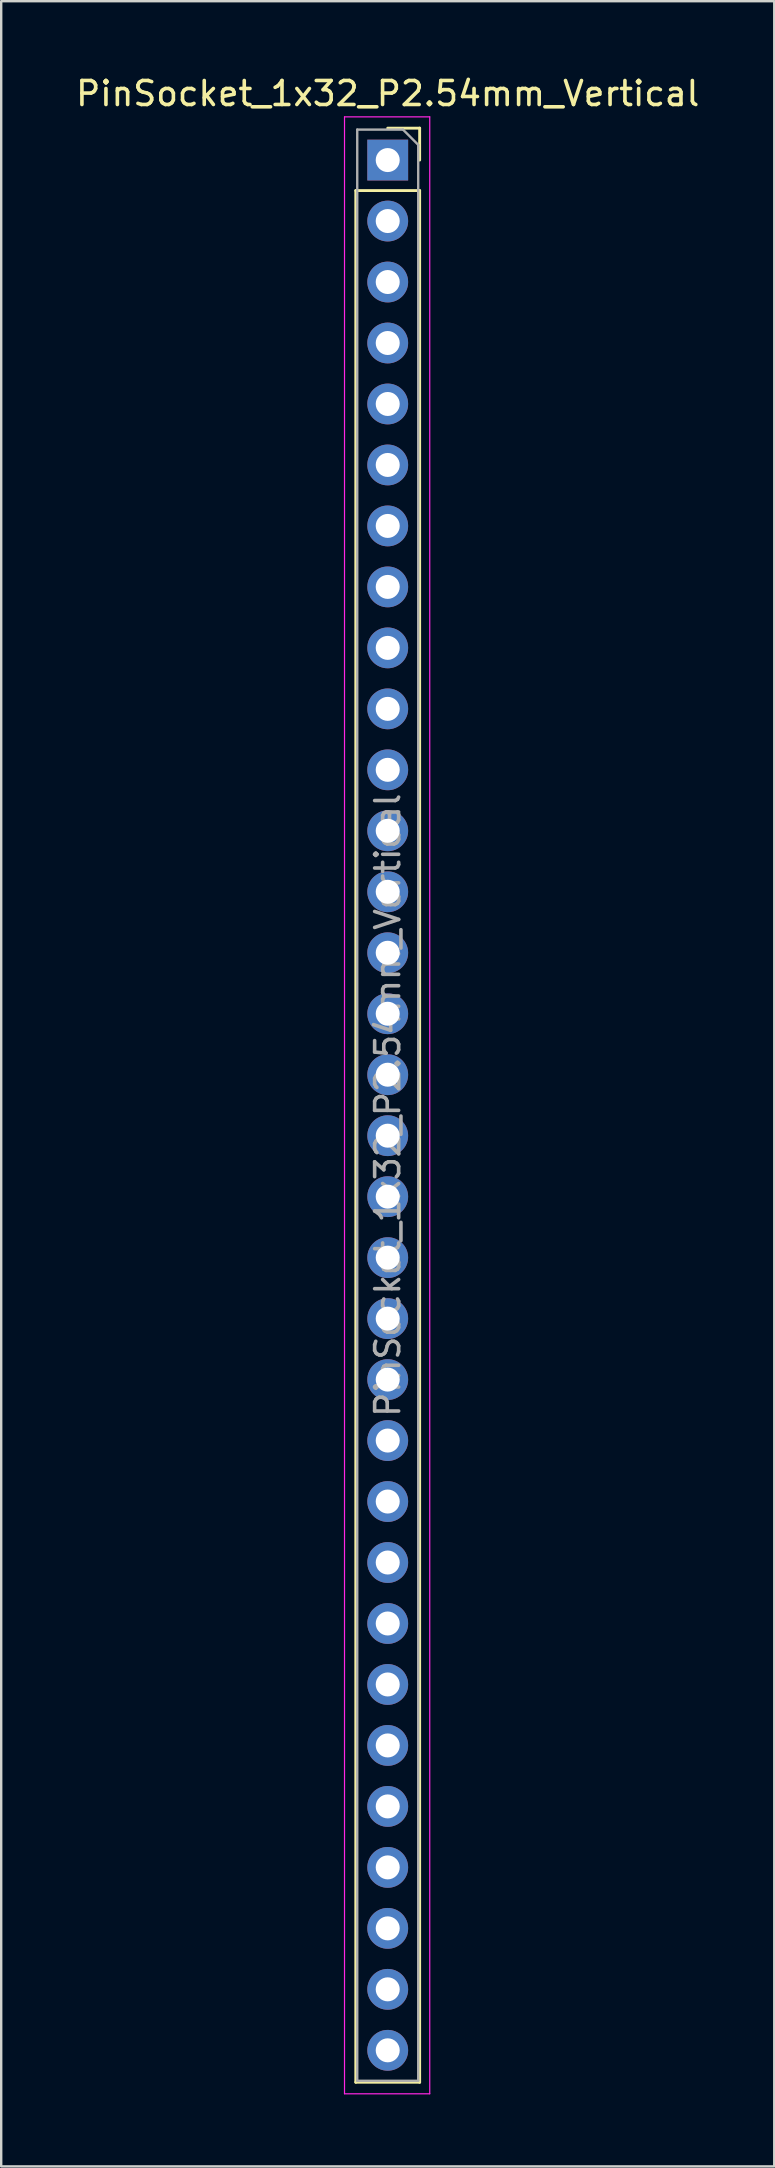
<source format=kicad_pcb>
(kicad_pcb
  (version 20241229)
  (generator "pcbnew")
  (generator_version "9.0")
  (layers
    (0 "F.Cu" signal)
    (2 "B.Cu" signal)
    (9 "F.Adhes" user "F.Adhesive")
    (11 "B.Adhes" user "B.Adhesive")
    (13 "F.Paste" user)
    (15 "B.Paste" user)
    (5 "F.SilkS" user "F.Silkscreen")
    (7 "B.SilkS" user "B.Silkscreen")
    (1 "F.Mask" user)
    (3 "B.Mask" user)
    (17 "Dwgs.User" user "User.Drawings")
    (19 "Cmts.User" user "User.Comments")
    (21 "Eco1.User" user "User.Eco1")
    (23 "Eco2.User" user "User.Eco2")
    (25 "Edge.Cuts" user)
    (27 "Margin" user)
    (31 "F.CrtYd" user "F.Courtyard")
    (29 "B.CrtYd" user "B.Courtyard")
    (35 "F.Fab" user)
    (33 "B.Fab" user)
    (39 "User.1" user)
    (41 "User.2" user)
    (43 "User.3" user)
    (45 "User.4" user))
  (footprint "PinSocket_1x32_P2.54mm_Vertical"
    (layer "F.Cu")
    (at 13.101 3.618)
    (property "Reference" "PinSocket_1x32_P2.54mm_Vertical" (at 0 -2.77 0) (layer "F.SilkS") (effects (font (size 1 1) (thickness 0.15))))
    (attr through_hole)
    (fp_line (start -1.33 1.27) (end -1.33 80.07) (stroke (width 0.12) (type solid)) (layer "F.SilkS"))
    (fp_line (start -1.33 1.27) (end 1.33 1.27) (stroke (width 0.12) (type solid)) (layer "F.SilkS"))
    (fp_line (start -1.33 80.07) (end 1.33 80.07) (stroke (width 0.12) (type solid)) (layer "F.SilkS"))
    (fp_line (start 0 -1.33) (end 1.33 -1.33) (stroke (width 0.12) (type solid)) (layer "F.SilkS"))
    (fp_line (start 1.33 -1.33) (end 1.33 0) (stroke (width 0.12) (type solid)) (layer "F.SilkS"))
    (fp_line (start 1.33 1.27) (end 1.33 80.07) (stroke (width 0.12) (type solid)) (layer "F.SilkS"))
    (fp_line (start -1.8 -1.8) (end 1.75 -1.8) (stroke (width 0.05) (type solid)) (layer "F.CrtYd"))
    (fp_line (start -1.8 80.55) (end -1.8 -1.8) (stroke (width 0.05) (type solid)) (layer "F.CrtYd"))
    (fp_line (start 1.75 -1.8) (end 1.75 80.55) (stroke (width 0.05) (type solid)) (layer "F.CrtYd"))
    (fp_line (start 1.75 80.55) (end -1.8 80.55) (stroke (width 0.05) (type solid)) (layer "F.CrtYd"))
    (fp_line (start -1.27 -1.27) (end 0.635 -1.27) (stroke (width 0.1) (type solid)) (layer "F.Fab"))
    (fp_line (start -1.27 80.01) (end -1.27 -1.27) (stroke (width 0.1) (type solid)) (layer "F.Fab"))
    (fp_line (start 0.635 -1.27) (end 1.27 -0.635) (stroke (width 0.1) (type solid)) (layer "F.Fab"))
    (fp_line (start 1.27 -0.635) (end 1.27 80.01) (stroke (width 0.1) (type solid)) (layer "F.Fab"))
    (fp_line (start 1.27 80.01) (end -1.27 80.01) (stroke (width 0.1) (type solid)) (layer "F.Fab"))
    (fp_text user "${REFERENCE}" (at 0 39.37 90) (layer "F.Fab") (effects (font (size 1 1) (thickness 0.15))))
    (pad "1" thru_hole rect (at 0 0) (size 1.7 1.7) (drill 1) (layers "*.Cu" "*.Mask"))
    (pad "2" thru_hole oval (at 0 2.54) (size 1.7 1.7) (drill 1) (layers "*.Cu" "*.Mask"))
    (pad "3" thru_hole oval (at 0 5.08) (size 1.7 1.7) (drill 1) (layers "*.Cu" "*.Mask"))
    (pad "4" thru_hole oval (at 0 7.62) (size 1.7 1.7) (drill 1) (layers "*.Cu" "*.Mask"))
    (pad "5" thru_hole oval (at 0 10.16) (size 1.7 1.7) (drill 1) (layers "*.Cu" "*.Mask"))
    (pad "6" thru_hole oval (at 0 12.7) (size 1.7 1.7) (drill 1) (layers "*.Cu" "*.Mask"))
    (pad "7" thru_hole oval (at 0 15.24) (size 1.7 1.7) (drill 1) (layers "*.Cu" "*.Mask"))
    (pad "8" thru_hole oval (at 0 17.78) (size 1.7 1.7) (drill 1) (layers "*.Cu" "*.Mask"))
    (pad "9" thru_hole oval (at 0 20.32) (size 1.7 1.7) (drill 1) (layers "*.Cu" "*.Mask"))
    (pad "10" thru_hole oval (at 0 22.86) (size 1.7 1.7) (drill 1) (layers "*.Cu" "*.Mask"))
    (pad "11" thru_hole oval (at 0 25.4) (size 1.7 1.7) (drill 1) (layers "*.Cu" "*.Mask"))
    (pad "12" thru_hole oval (at 0 27.94) (size 1.7 1.7) (drill 1) (layers "*.Cu" "*.Mask"))
    (pad "13" thru_hole oval (at 0 30.48) (size 1.7 1.7) (drill 1) (layers "*.Cu" "*.Mask"))
    (pad "14" thru_hole oval (at 0 33.02) (size 1.7 1.7) (drill 1) (layers "*.Cu" "*.Mask"))
    (pad "15" thru_hole oval (at 0 35.56) (size 1.7 1.7) (drill 1) (layers "*.Cu" "*.Mask"))
    (pad "16" thru_hole oval (at 0 38.1) (size 1.7 1.7) (drill 1) (layers "*.Cu" "*.Mask"))
    (pad "17" thru_hole oval (at 0 40.64) (size 1.7 1.7) (drill 1) (layers "*.Cu" "*.Mask"))
    (pad "18" thru_hole oval (at 0 43.18) (size 1.7 1.7) (drill 1) (layers "*.Cu" "*.Mask"))
    (pad "19" thru_hole oval (at 0 45.72) (size 1.7 1.7) (drill 1) (layers "*.Cu" "*.Mask"))
    (pad "20" thru_hole oval (at 0 48.26) (size 1.7 1.7) (drill 1) (layers "*.Cu" "*.Mask"))
    (pad "21" thru_hole oval (at 0 50.8) (size 1.7 1.7) (drill 1) (layers "*.Cu" "*.Mask"))
    (pad "22" thru_hole oval (at 0 53.34) (size 1.7 1.7) (drill 1) (layers "*.Cu" "*.Mask"))
    (pad "23" thru_hole oval (at 0 55.88) (size 1.7 1.7) (drill 1) (layers "*.Cu" "*.Mask"))
    (pad "24" thru_hole oval (at 0 58.42) (size 1.7 1.7) (drill 1) (layers "*.Cu" "*.Mask"))
    (pad "25" thru_hole oval (at 0 60.96) (size 1.7 1.7) (drill 1) (layers "*.Cu" "*.Mask"))
    (pad "26" thru_hole oval (at 0 63.5) (size 1.7 1.7) (drill 1) (layers "*.Cu" "*.Mask"))
    (pad "27" thru_hole oval (at 0 66.04) (size 1.7 1.7) (drill 1) (layers "*.Cu" "*.Mask"))
    (pad "28" thru_hole oval (at 0 68.58) (size 1.7 1.7) (drill 1) (layers "*.Cu" "*.Mask"))
    (pad "29" thru_hole oval (at 0 71.12) (size 1.7 1.7) (drill 1) (layers "*.Cu" "*.Mask"))
    (pad "30" thru_hole oval (at 0 73.66) (size 1.7 1.7) (drill 1) (layers "*.Cu" "*.Mask"))
    (pad "31" thru_hole oval (at 0 76.2) (size 1.7 1.7) (drill 1) (layers "*.Cu" "*.Mask"))
    (pad "32" thru_hole oval (at 0 78.74) (size 1.7 1.7) (drill 1) (layers "*.Cu" "*.Mask")))
  (gr_rect
    (start -3 -3)
    (end 29.202 87.193)
    (stroke (width 0.1) (type default))
    (fill no)
    (layer "Edge.Cuts")))
</source>
